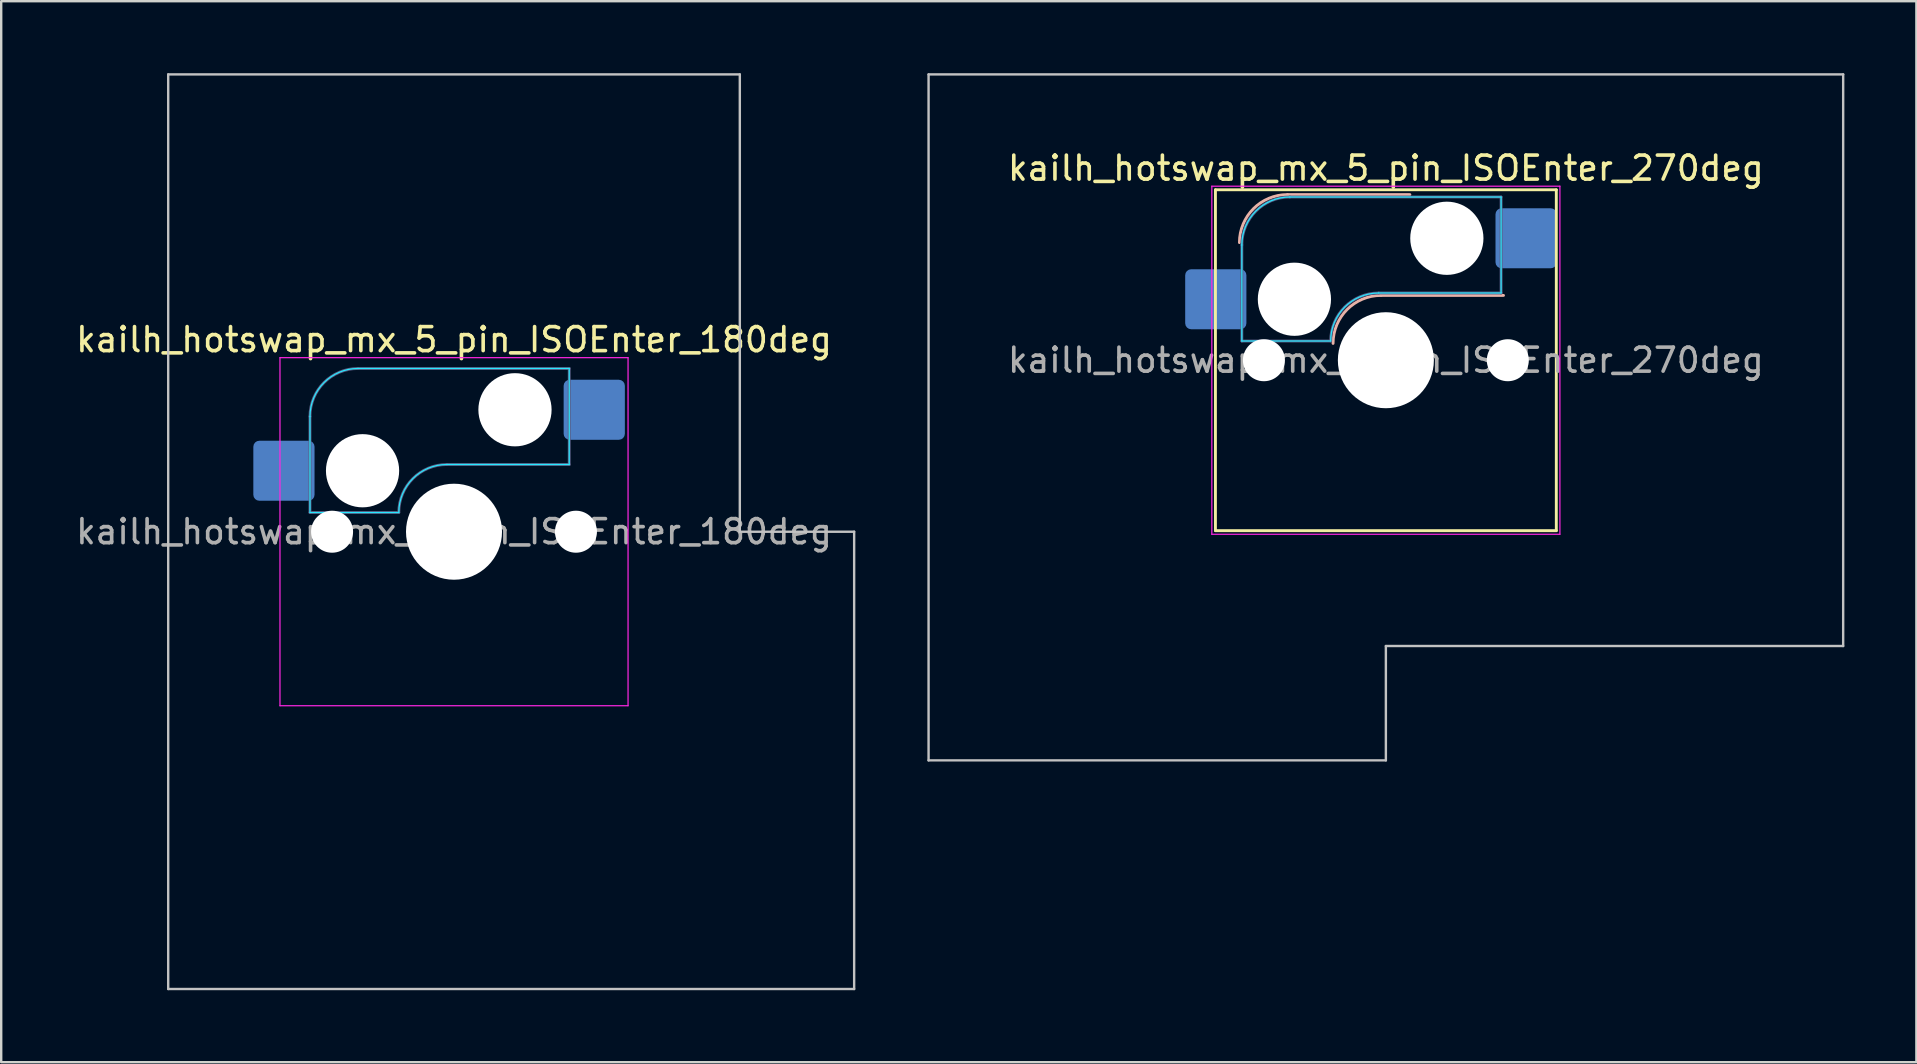
<source format=kicad_pcb>
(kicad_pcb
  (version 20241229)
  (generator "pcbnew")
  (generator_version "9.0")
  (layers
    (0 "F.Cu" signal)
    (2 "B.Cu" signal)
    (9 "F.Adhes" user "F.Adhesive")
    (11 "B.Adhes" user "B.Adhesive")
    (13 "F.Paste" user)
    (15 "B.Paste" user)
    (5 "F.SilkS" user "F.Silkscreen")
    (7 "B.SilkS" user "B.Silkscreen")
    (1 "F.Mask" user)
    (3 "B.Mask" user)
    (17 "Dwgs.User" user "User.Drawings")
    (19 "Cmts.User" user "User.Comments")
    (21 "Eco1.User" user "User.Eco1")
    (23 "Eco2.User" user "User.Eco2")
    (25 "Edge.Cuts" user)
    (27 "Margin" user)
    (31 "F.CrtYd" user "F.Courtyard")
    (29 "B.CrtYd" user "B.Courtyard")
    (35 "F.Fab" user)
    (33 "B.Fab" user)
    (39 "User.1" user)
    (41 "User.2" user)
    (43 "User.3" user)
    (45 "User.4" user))
  (footprint "kailh_hotswap_mx_5_pin_ISOEnter_180deg"
    (layer "F.Cu")
    (at 15.863 19.1)
    (property "Reference" "kailh_hotswap_mx_5_pin_ISOEnter_180deg" (at 0 -8 0) (layer "F.SilkS") (effects (font (size 1 1) (thickness 0.15))))
    (attr smd)
    (fp_line (start -11.906 -19.05) (end -11.906 19.05) (stroke (width 0.1) (type solid)) (layer "Dwgs.User"))
    (fp_line (start -11.906 19.05) (end 16.669 19.05) (stroke (width 0.1) (type solid)) (layer "Dwgs.User"))
    (fp_line (start 11.906 -19.05) (end -11.906 -19.05) (stroke (width 0.1) (type solid)) (layer "Dwgs.User"))
    (fp_line (start 11.906 0) (end 11.906 -19.05) (stroke (width 0.1) (type solid)) (layer "Dwgs.User"))
    (fp_line (start 16.669 0) (end 11.906 0) (stroke (width 0.1) (type solid)) (layer "Dwgs.User"))
    (fp_line (start 16.669 19.05) (end 16.669 0) (stroke (width 0.1) (type solid)) (layer "Dwgs.User"))
    (fp_line (start -6 -0.8) (end -6 -4.8) (stroke (width 0.05) (type solid)) (layer "B.CrtYd"))
    (fp_line (start -6 -0.8) (end -2.3 -0.8) (stroke (width 0.05) (type solid)) (layer "B.CrtYd"))
    (fp_line (start -4 -6.8) (end 4.8 -6.8) (stroke (width 0.05) (type solid)) (layer "B.CrtYd"))
    (fp_line (start -0.3 -2.8) (end 4.8 -2.8) (stroke (width 0.05) (type solid)) (layer "B.CrtYd"))
    (fp_line (start 4.8 -6.8) (end 4.8 -2.8) (stroke (width 0.05) (type solid)) (layer "B.CrtYd"))
    (fp_arc (start -6 -4.8) (mid -5.414214 -6.214214) (end -4 -6.8) (stroke (width 0.05) (type solid)) (layer "B.CrtYd"))
    (fp_arc (start -2.3 -0.8) (mid -1.714214 -2.214214) (end -0.3 -2.8) (stroke (width 0.05) (type solid)) (layer "B.CrtYd"))
    (fp_line (start -7.25 -7.25) (end -7.25 7.25) (stroke (width 0.05) (type solid)) (layer "F.CrtYd"))
    (fp_line (start -7.25 7.25) (end 7.25 7.25) (stroke (width 0.05) (type solid)) (layer "F.CrtYd"))
    (fp_line (start 7.25 -7.25) (end -7.25 -7.25) (stroke (width 0.05) (type solid)) (layer "F.CrtYd"))
    (fp_line (start 7.25 7.25) (end 7.25 -7.25) (stroke (width 0.05) (type solid)) (layer "F.CrtYd"))
    (fp_line (start -6 -0.8) (end -6 -4.8) (stroke (width 0.12) (type solid)) (layer "B.Fab"))
    (fp_line (start -6 -0.8) (end -2.3 -0.8) (stroke (width 0.12) (type solid)) (layer "B.Fab"))
    (fp_line (start -4 -6.8) (end 4.8 -6.8) (stroke (width 0.12) (type solid)) (layer "B.Fab"))
    (fp_line (start -0.3 -2.8) (end 4.8 -2.8) (stroke (width 0.12) (type solid)) (layer "B.Fab"))
    (fp_line (start 4.8 -6.8) (end 4.8 -2.8) (stroke (width 0.12) (type solid)) (layer "B.Fab"))
    (fp_arc (start -6 -4.8) (mid -5.414214 -6.214214) (end -4 -6.8) (stroke (width 0.12) (type solid)) (layer "B.Fab"))
    (fp_arc (start -2.3 -0.8) (mid -1.714214 -2.214214) (end -0.3 -2.8) (stroke (width 0.12) (type solid)) (layer "B.Fab"))
    (fp_text user "${REFERENCE}" (at 0 0 0) (layer "F.Fab") (effects (font (size 1 1) (thickness 0.15))))
    (pad "" np_thru_hole circle (at -5.08 0) (size 1.75 1.75) (drill 1.75) (layers "*.Cu" "*.Mask"))
    (pad "" np_thru_hole circle (at -3.81 -2.54) (size 3.05 3.05) (drill 3.05) (layers "*.Cu" "*.Mask"))
    (pad "" np_thru_hole circle (at 0 0) (size 4 4) (drill 4) (layers "*.Cu" "*.Mask"))
    (pad "" np_thru_hole circle (at 2.54 -5.08) (size 3.05 3.05) (drill 3.05) (layers "*.Cu" "*.Mask"))
    (pad "" np_thru_hole circle (at 5.08 0) (size 1.75 1.75) (drill 1.75) (layers "*.Cu" "*.Mask"))
    (pad "1" smd roundrect (at -7.085 -2.54) (size 2.55 2.5) (layers "B.Cu" "B.Mask" "B.Paste") (roundrect_rratio 0.1))
    (pad "2" smd roundrect (at 5.842 -5.08) (size 2.55 2.5) (layers "B.Cu" "B.Mask" "B.Paste") (roundrect_rratio 0.1)))
  (footprint "kailh_hotswap_mx_5_pin_ISOEnter_270deg"
    (layer "F.Cu")
    (at 54.682 11.956)
    (property "Reference" "kailh_hotswap_mx_5_pin_ISOEnter_270deg" (at 0 -8 0) (layer "F.SilkS") (effects (font (size 1 1) (thickness 0.15))))
    (attr smd)
    (fp_line (start -7.1 -7.1) (end -7.1 7.1) (stroke (width 0.12) (type solid)) (layer "F.SilkS"))
    (fp_line (start -7.1 7.1) (end 7.1 7.1) (stroke (width 0.12) (type solid)) (layer "F.SilkS"))
    (fp_line (start 7.1 -7.1) (end -7.1 -7.1) (stroke (width 0.12) (type solid)) (layer "F.SilkS"))
    (fp_line (start 7.1 7.1) (end 7.1 -7.1) (stroke (width 0.12) (type solid)) (layer "F.SilkS"))
    (fp_line (start -4.1 -6.9) (end 1 -6.9) (stroke (width 0.12) (type solid)) (layer "B.SilkS"))
    (fp_line (start -0.2 -2.7) (end 4.9 -2.7) (stroke (width 0.12) (type solid)) (layer "B.SilkS"))
    (fp_arc (start -6.1 -4.9) (mid -5.514214 -6.314214) (end -4.1 -6.9) (stroke (width 0.12) (type solid)) (layer "B.SilkS"))
    (fp_arc (start -2.2 -0.7) (mid -1.614214 -2.114214) (end -0.2 -2.7) (stroke (width 0.12) (type solid)) (layer "B.SilkS"))
    (fp_line (start -19.05 -11.906) (end -19.05 16.669) (stroke (width 0.1) (type solid)) (layer "Dwgs.User"))
    (fp_line (start -19.05 16.669) (end 0 16.669) (stroke (width 0.1) (type solid)) (layer "Dwgs.User"))
    (fp_line (start 0 11.906) (end 19.05 11.906) (stroke (width 0.1) (type solid)) (layer "Dwgs.User"))
    (fp_line (start 0 16.669) (end 0 11.906) (stroke (width 0.1) (type solid)) (layer "Dwgs.User"))
    (fp_line (start 19.05 -11.906) (end -19.05 -11.906) (stroke (width 0.1) (type solid)) (layer "Dwgs.User"))
    (fp_line (start 19.05 11.906) (end 19.05 -11.906) (stroke (width 0.1) (type solid)) (layer "Dwgs.User"))
    (fp_line (start -6 -0.8) (end -6 -4.8) (stroke (width 0.05) (type solid)) (layer "B.CrtYd"))
    (fp_line (start -6 -0.8) (end -2.3 -0.8) (stroke (width 0.05) (type solid)) (layer "B.CrtYd"))
    (fp_line (start -4 -6.8) (end 4.8 -6.8) (stroke (width 0.05) (type solid)) (layer "B.CrtYd"))
    (fp_line (start -0.3 -2.8) (end 4.8 -2.8) (stroke (width 0.05) (type solid)) (layer "B.CrtYd"))
    (fp_line (start 4.8 -6.8) (end 4.8 -2.8) (stroke (width 0.05) (type solid)) (layer "B.CrtYd"))
    (fp_arc (start -6 -4.8) (mid -5.414214 -6.214214) (end -4 -6.8) (stroke (width 0.05) (type solid)) (layer "B.CrtYd"))
    (fp_arc (start -2.3 -0.8) (mid -1.714214 -2.214214) (end -0.3 -2.8) (stroke (width 0.05) (type solid)) (layer "B.CrtYd"))
    (fp_line (start -7.25 -7.25) (end -7.25 7.25) (stroke (width 0.05) (type solid)) (layer "F.CrtYd"))
    (fp_line (start -7.25 7.25) (end 7.25 7.25) (stroke (width 0.05) (type solid)) (layer "F.CrtYd"))
    (fp_line (start 7.25 -7.25) (end -7.25 -7.25) (stroke (width 0.05) (type solid)) (layer "F.CrtYd"))
    (fp_line (start 7.25 7.25) (end 7.25 -7.25) (stroke (width 0.05) (type solid)) (layer "F.CrtYd"))
    (fp_line (start -6 -0.8) (end -6 -4.8) (stroke (width 0.12) (type solid)) (layer "B.Fab"))
    (fp_line (start -6 -0.8) (end -2.3 -0.8) (stroke (width 0.12) (type solid)) (layer "B.Fab"))
    (fp_line (start -4 -6.8) (end 4.8 -6.8) (stroke (width 0.12) (type solid)) (layer "B.Fab"))
    (fp_line (start -0.3 -2.8) (end 4.8 -2.8) (stroke (width 0.12) (type solid)) (layer "B.Fab"))
    (fp_line (start 4.8 -6.8) (end 4.8 -2.8) (stroke (width 0.12) (type solid)) (layer "B.Fab"))
    (fp_arc (start -6 -4.8) (mid -5.414214 -6.214214) (end -4 -6.8) (stroke (width 0.12) (type solid)) (layer "B.Fab"))
    (fp_arc (start -2.3 -0.8) (mid -1.714214 -2.214214) (end -0.3 -2.8) (stroke (width 0.12) (type solid)) (layer "B.Fab"))
    (fp_text user "${REFERENCE}" (at 0 0 0) (layer "F.Fab") (effects (font (size 1 1) (thickness 0.15))))
    (pad "" np_thru_hole circle (at -5.08 0) (size 1.75 1.75) (drill 1.75) (layers "*.Cu" "*.Mask"))
    (pad "" np_thru_hole circle (at -3.81 -2.54) (size 3.05 3.05) (drill 3.05) (layers "*.Cu" "*.Mask"))
    (pad "" np_thru_hole circle (at 0 0) (size 4 4) (drill 4) (layers "*.Cu" "*.Mask"))
    (pad "" np_thru_hole circle (at 2.54 -5.08) (size 3.05 3.05) (drill 3.05) (layers "*.Cu" "*.Mask"))
    (pad "" np_thru_hole circle (at 5.08 0) (size 1.75 1.75) (drill 1.75) (layers "*.Cu" "*.Mask"))
    (pad "1" smd roundrect (at -7.085 -2.54) (size 2.55 2.5) (layers "B.Cu" "B.Mask" "B.Paste") (roundrect_rratio 0.1))
    (pad "2" smd roundrect (at 5.842 -5.08) (size 2.55 2.5) (layers "B.Cu" "B.Mask" "B.Paste") (roundrect_rratio 0.1)))
  (gr_rect
    (start -3 -3)
    (end 76.782 41.2)
    (stroke (width 0.1) (type default))
    (fill no)
    (layer "Edge.Cuts")))
</source>
